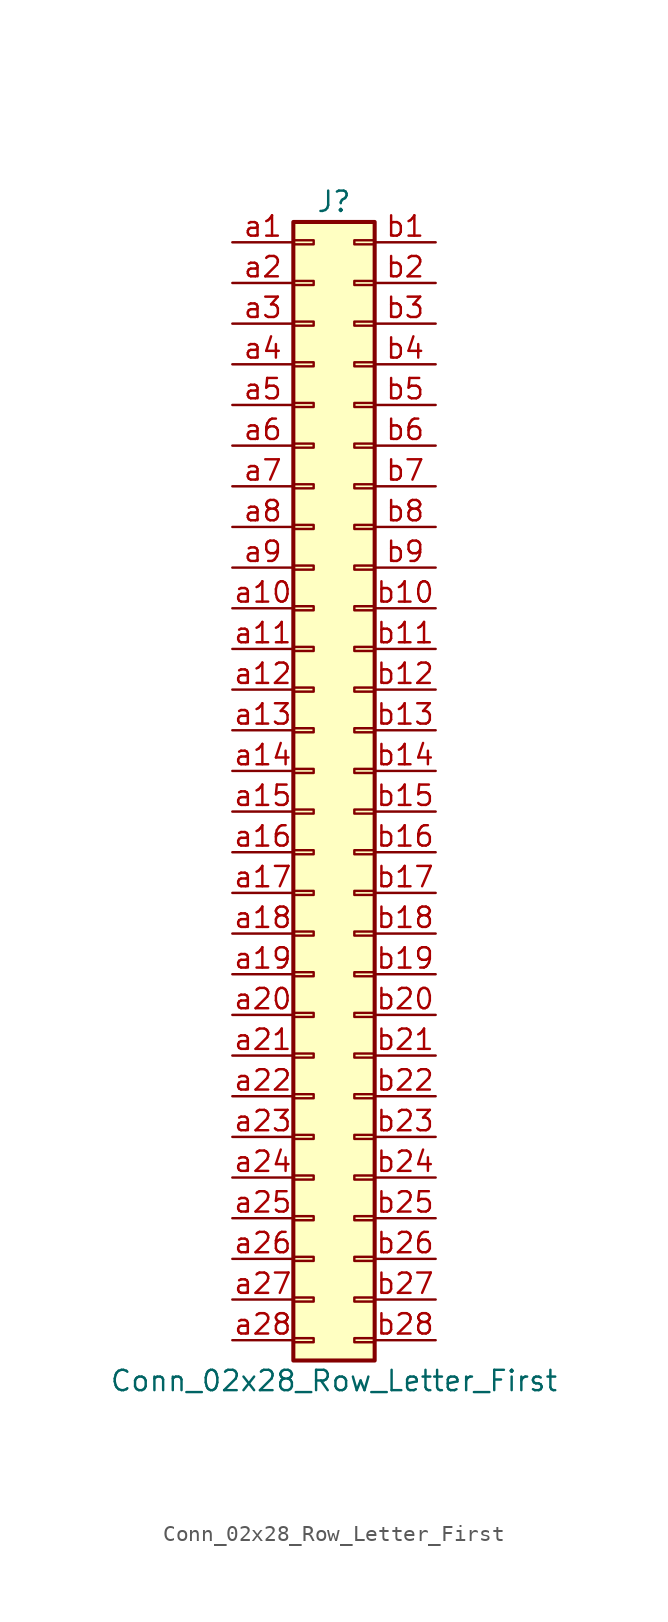
<source format=kicad_sym>
(kicad_symbol_lib
  (version 20220914)
  (generator kicad_symbol_editor)
  (symbol "Conn_02x28_Row_Letter_First"
    (pin_names
      (offset 1.016) hide)
    (property "Reference" "J"
      (at 1.27 35.56 0)
      (effects (font (size 1.27 1.27))))
    (property "Value" "Conn_02x28_Row_Letter_First"
      (at 1.27 -38.1 0)
      (effects (font (size 1.27 1.27))))
    (symbol "Conn_02x28_Row_Letter_First_1_1"
      (rectangle (start -1.27 -35.433) (end 0 -35.687) (stroke (width 0.152) (type default)) (fill (type none)))
      (rectangle (start -1.27 -32.893) (end 0 -33.147) (stroke (width 0.152) (type default)) (fill (type none)))
      (rectangle (start -1.27 -30.353) (end 0 -30.607) (stroke (width 0.152) (type default)) (fill (type none)))
      (rectangle (start -1.27 -27.813) (end 0 -28.067) (stroke (width 0.152) (type default)) (fill (type none)))
      (rectangle (start -1.27 -25.273) (end 0 -25.527) (stroke (width 0.152) (type default)) (fill (type none)))
      (rectangle (start -1.27 -22.733) (end 0 -22.987) (stroke (width 0.152) (type default)) (fill (type none)))
      (rectangle (start -1.27 -20.193) (end 0 -20.447) (stroke (width 0.152) (type default)) (fill (type none)))
      (rectangle (start -1.27 -17.653) (end 0 -17.907) (stroke (width 0.152) (type default)) (fill (type none)))
      (rectangle (start -1.27 -15.113) (end 0 -15.367) (stroke (width 0.152) (type default)) (fill (type none)))
      (rectangle (start -1.27 -12.573) (end 0 -12.827) (stroke (width 0.152) (type default)) (fill (type none)))
      (rectangle (start -1.27 -10.033) (end 0 -10.287) (stroke (width 0.152) (type default)) (fill (type none)))
      (rectangle (start -1.27 -7.493) (end 0 -7.747) (stroke (width 0.152) (type default)) (fill (type none)))
      (rectangle (start -1.27 -4.953) (end 0 -5.207) (stroke (width 0.152) (type default)) (fill (type none)))
      (rectangle (start -1.27 -2.413) (end 0 -2.667) (stroke (width 0.152) (type default)) (fill (type none)))
      (rectangle (start -1.27 0.127) (end 0 -0.127) (stroke (width 0.152) (type default)) (fill (type none)))
      (rectangle (start -1.27 2.667) (end 0 2.413) (stroke (width 0.152) (type default)) (fill (type none)))
      (rectangle (start -1.27 5.207) (end 0 4.953) (stroke (width 0.152) (type default)) (fill (type none)))
      (rectangle (start -1.27 7.747) (end 0 7.493) (stroke (width 0.152) (type default)) (fill (type none)))
      (rectangle (start -1.27 10.287) (end 0 10.033) (stroke (width 0.152) (type default)) (fill (type none)))
      (rectangle (start -1.27 12.827) (end 0 12.573) (stroke (width 0.152) (type default)) (fill (type none)))
      (rectangle (start -1.27 15.367) (end 0 15.113) (stroke (width 0.152) (type default)) (fill (type none)))
      (rectangle (start -1.27 17.907) (end 0 17.653) (stroke (width 0.152) (type default)) (fill (type none)))
      (rectangle (start -1.27 20.447) (end 0 20.193) (stroke (width 0.152) (type default)) (fill (type none)))
      (rectangle (start -1.27 22.987) (end 0 22.733) (stroke (width 0.152) (type default)) (fill (type none)))
      (rectangle (start -1.27 25.527) (end 0 25.273) (stroke (width 0.152) (type default)) (fill (type none)))
      (rectangle (start -1.27 28.067) (end 0 27.813) (stroke (width 0.152) (type default)) (fill (type none)))
      (rectangle (start -1.27 30.607) (end 0 30.353) (stroke (width 0.152) (type default)) (fill (type none)))
      (rectangle (start -1.27 33.147) (end 0 32.893) (stroke (width 0.152) (type default)) (fill (type none)))
      (rectangle (start -1.27 34.29) (end 3.81 -36.83) (stroke (width 0.254) (type default)) (fill (type background)))
      (rectangle (start 3.81 -35.433) (end 2.54 -35.687) (stroke (width 0.152) (type default)) (fill (type none)))
      (rectangle (start 3.81 -32.893) (end 2.54 -33.147) (stroke (width 0.152) (type default)) (fill (type none)))
      (rectangle (start 3.81 -30.353) (end 2.54 -30.607) (stroke (width 0.152) (type default)) (fill (type none)))
      (rectangle (start 3.81 -27.813) (end 2.54 -28.067) (stroke (width 0.152) (type default)) (fill (type none)))
      (rectangle (start 3.81 -25.273) (end 2.54 -25.527) (stroke (width 0.152) (type default)) (fill (type none)))
      (rectangle (start 3.81 -22.733) (end 2.54 -22.987) (stroke (width 0.152) (type default)) (fill (type none)))
      (rectangle (start 3.81 -20.193) (end 2.54 -20.447) (stroke (width 0.152) (type default)) (fill (type none)))
      (rectangle (start 3.81 -17.653) (end 2.54 -17.907) (stroke (width 0.152) (type default)) (fill (type none)))
      (rectangle (start 3.81 -15.113) (end 2.54 -15.367) (stroke (width 0.152) (type default)) (fill (type none)))
      (rectangle (start 3.81 -12.573) (end 2.54 -12.827) (stroke (width 0.152) (type default)) (fill (type none)))
      (rectangle (start 3.81 -10.033) (end 2.54 -10.287) (stroke (width 0.152) (type default)) (fill (type none)))
      (rectangle (start 3.81 -7.493) (end 2.54 -7.747) (stroke (width 0.152) (type default)) (fill (type none)))
      (rectangle (start 3.81 -4.953) (end 2.54 -5.207) (stroke (width 0.152) (type default)) (fill (type none)))
      (rectangle (start 3.81 -2.413) (end 2.54 -2.667) (stroke (width 0.152) (type default)) (fill (type none)))
      (rectangle (start 3.81 0.127) (end 2.54 -0.127) (stroke (width 0.152) (type default)) (fill (type none)))
      (rectangle (start 3.81 2.667) (end 2.54 2.413) (stroke (width 0.152) (type default)) (fill (type none)))
      (rectangle (start 3.81 5.207) (end 2.54 4.953) (stroke (width 0.152) (type default)) (fill (type none)))
      (rectangle (start 3.81 7.747) (end 2.54 7.493) (stroke (width 0.152) (type default)) (fill (type none)))
      (rectangle (start 3.81 10.287) (end 2.54 10.033) (stroke (width 0.152) (type default)) (fill (type none)))
      (rectangle (start 3.81 12.827) (end 2.54 12.573) (stroke (width 0.152) (type default)) (fill (type none)))
      (rectangle (start 3.81 15.367) (end 2.54 15.113) (stroke (width 0.152) (type default)) (fill (type none)))
      (rectangle (start 3.81 17.907) (end 2.54 17.653) (stroke (width 0.152) (type default)) (fill (type none)))
      (rectangle (start 3.81 20.447) (end 2.54 20.193) (stroke (width 0.152) (type default)) (fill (type none)))
      (rectangle (start 3.81 22.987) (end 2.54 22.733) (stroke (width 0.152) (type default)) (fill (type none)))
      (rectangle (start 3.81 25.527) (end 2.54 25.273) (stroke (width 0.152) (type default)) (fill (type none)))
      (rectangle (start 3.81 28.067) (end 2.54 27.813) (stroke (width 0.152) (type default)) (fill (type none)))
      (rectangle (start 3.81 30.607) (end 2.54 30.353) (stroke (width 0.152) (type default)) (fill (type none)))
      (rectangle (start 3.81 33.147) (end 2.54 32.893) (stroke (width 0.152) (type default)) (fill (type none)))
      (pin passive line (at -5.08 33.02 0) (length 3.81) (name "Pin_a1" (effects (font (size 1.27 1.27)))) (number "a1" (effects (font (size 1.27 1.27)))))
      (pin passive line (at -5.08 10.16 0) (length 3.81) (name "Pin_a10" (effects (font (size 1.27 1.27)))) (number "a10" (effects (font (size 1.27 1.27)))))
      (pin passive line (at -5.08 7.62 0) (length 3.81) (name "Pin_a11" (effects (font (size 1.27 1.27)))) (number "a11" (effects (font (size 1.27 1.27)))))
      (pin passive line (at -5.08 5.08 0) (length 3.81) (name "Pin_a12" (effects (font (size 1.27 1.27)))) (number "a12" (effects (font (size 1.27 1.27)))))
      (pin passive line (at -5.08 2.54 0) (length 3.81) (name "Pin_a13" (effects (font (size 1.27 1.27)))) (number "a13" (effects (font (size 1.27 1.27)))))
      (pin passive line (at -5.08 0 0) (length 3.81) (name "Pin_a14" (effects (font (size 1.27 1.27)))) (number "a14" (effects (font (size 1.27 1.27)))))
      (pin passive line (at -5.08 -2.54 0) (length 3.81) (name "Pin_a15" (effects (font (size 1.27 1.27)))) (number "a15" (effects (font (size 1.27 1.27)))))
      (pin passive line (at -5.08 -5.08 0) (length 3.81) (name "Pin_a16" (effects (font (size 1.27 1.27)))) (number "a16" (effects (font (size 1.27 1.27)))))
      (pin passive line (at -5.08 -7.62 0) (length 3.81) (name "Pin_a17" (effects (font (size 1.27 1.27)))) (number "a17" (effects (font (size 1.27 1.27)))))
      (pin passive line (at -5.08 -10.16 0) (length 3.81) (name "Pin_a18" (effects (font (size 1.27 1.27)))) (number "a18" (effects (font (size 1.27 1.27)))))
      (pin passive line (at -5.08 -12.7 0) (length 3.81) (name "Pin_a19" (effects (font (size 1.27 1.27)))) (number "a19" (effects (font (size 1.27 1.27)))))
      (pin passive line (at -5.08 30.48 0) (length 3.81) (name "Pin_a2" (effects (font (size 1.27 1.27)))) (number "a2" (effects (font (size 1.27 1.27)))))
      (pin passive line (at -5.08 -15.24 0) (length 3.81) (name "Pin_a20" (effects (font (size 1.27 1.27)))) (number "a20" (effects (font (size 1.27 1.27)))))
      (pin passive line (at -5.08 -17.78 0) (length 3.81) (name "Pin_a21" (effects (font (size 1.27 1.27)))) (number "a21" (effects (font (size 1.27 1.27)))))
      (pin passive line (at -5.08 -20.32 0) (length 3.81) (name "Pin_a22" (effects (font (size 1.27 1.27)))) (number "a22" (effects (font (size 1.27 1.27)))))
      (pin passive line (at -5.08 -22.86 0) (length 3.81) (name "Pin_a23" (effects (font (size 1.27 1.27)))) (number "a23" (effects (font (size 1.27 1.27)))))
      (pin passive line (at -5.08 -25.4 0) (length 3.81) (name "Pin_a24" (effects (font (size 1.27 1.27)))) (number "a24" (effects (font (size 1.27 1.27)))))
      (pin passive line (at -5.08 -27.94 0) (length 3.81) (name "Pin_a25" (effects (font (size 1.27 1.27)))) (number "a25" (effects (font (size 1.27 1.27)))))
      (pin passive line (at -5.08 -30.48 0) (length 3.81) (name "Pin_a26" (effects (font (size 1.27 1.27)))) (number "a26" (effects (font (size 1.27 1.27)))))
      (pin passive line (at -5.08 -33.02 0) (length 3.81) (name "Pin_a27" (effects (font (size 1.27 1.27)))) (number "a27" (effects (font (size 1.27 1.27)))))
      (pin passive line (at -5.08 -35.56 0) (length 3.81) (name "Pin_a28" (effects (font (size 1.27 1.27)))) (number "a28" (effects (font (size 1.27 1.27)))))
      (pin passive line (at -5.08 27.94 0) (length 3.81) (name "Pin_a3" (effects (font (size 1.27 1.27)))) (number "a3" (effects (font (size 1.27 1.27)))))
      (pin passive line (at -5.08 25.4 0) (length 3.81) (name "Pin_a4" (effects (font (size 1.27 1.27)))) (number "a4" (effects (font (size 1.27 1.27)))))
      (pin passive line (at -5.08 22.86 0) (length 3.81) (name "Pin_a5" (effects (font (size 1.27 1.27)))) (number "a5" (effects (font (size 1.27 1.27)))))
      (pin passive line (at -5.08 20.32 0) (length 3.81) (name "Pin_a6" (effects (font (size 1.27 1.27)))) (number "a6" (effects (font (size 1.27 1.27)))))
      (pin passive line (at -5.08 17.78 0) (length 3.81) (name "Pin_a7" (effects (font (size 1.27 1.27)))) (number "a7" (effects (font (size 1.27 1.27)))))
      (pin passive line (at -5.08 15.24 0) (length 3.81) (name "Pin_a8" (effects (font (size 1.27 1.27)))) (number "a8" (effects (font (size 1.27 1.27)))))
      (pin passive line (at -5.08 12.7 0) (length 3.81) (name "Pin_a9" (effects (font (size 1.27 1.27)))) (number "a9" (effects (font (size 1.27 1.27)))))
      (pin passive line (at 7.62 33.02 180) (length 3.81) (name "Pin_b1" (effects (font (size 1.27 1.27)))) (number "b1" (effects (font (size 1.27 1.27)))))
      (pin passive line (at 7.62 10.16 180) (length 3.81) (name "Pin_b10" (effects (font (size 1.27 1.27)))) (number "b10" (effects (font (size 1.27 1.27)))))
      (pin passive line (at 7.62 7.62 180) (length 3.81) (name "Pin_b11" (effects (font (size 1.27 1.27)))) (number "b11" (effects (font (size 1.27 1.27)))))
      (pin passive line (at 7.62 5.08 180) (length 3.81) (name "Pin_b12" (effects (font (size 1.27 1.27)))) (number "b12" (effects (font (size 1.27 1.27)))))
      (pin passive line (at 7.62 2.54 180) (length 3.81) (name "Pin_b13" (effects (font (size 1.27 1.27)))) (number "b13" (effects (font (size 1.27 1.27)))))
      (pin passive line (at 7.62 0 180) (length 3.81) (name "Pin_b14" (effects (font (size 1.27 1.27)))) (number "b14" (effects (font (size 1.27 1.27)))))
      (pin passive line (at 7.62 -2.54 180) (length 3.81) (name "Pin_b15" (effects (font (size 1.27 1.27)))) (number "b15" (effects (font (size 1.27 1.27)))))
      (pin passive line (at 7.62 -5.08 180) (length 3.81) (name "Pin_b16" (effects (font (size 1.27 1.27)))) (number "b16" (effects (font (size 1.27 1.27)))))
      (pin passive line (at 7.62 -7.62 180) (length 3.81) (name "Pin_b17" (effects (font (size 1.27 1.27)))) (number "b17" (effects (font (size 1.27 1.27)))))
      (pin passive line (at 7.62 -10.16 180) (length 3.81) (name "Pin_b18" (effects (font (size 1.27 1.27)))) (number "b18" (effects (font (size 1.27 1.27)))))
      (pin passive line (at 7.62 -12.7 180) (length 3.81) (name "Pin_b19" (effects (font (size 1.27 1.27)))) (number "b19" (effects (font (size 1.27 1.27)))))
      (pin passive line (at 7.62 30.48 180) (length 3.81) (name "Pin_b2" (effects (font (size 1.27 1.27)))) (number "b2" (effects (font (size 1.27 1.27)))))
      (pin passive line (at 7.62 -15.24 180) (length 3.81) (name "Pin_b20" (effects (font (size 1.27 1.27)))) (number "b20" (effects (font (size 1.27 1.27)))))
      (pin passive line (at 7.62 -17.78 180) (length 3.81) (name "Pin_b21" (effects (font (size 1.27 1.27)))) (number "b21" (effects (font (size 1.27 1.27)))))
      (pin passive line (at 7.62 -20.32 180) (length 3.81) (name "Pin_b22" (effects (font (size 1.27 1.27)))) (number "b22" (effects (font (size 1.27 1.27)))))
      (pin passive line (at 7.62 -22.86 180) (length 3.81) (name "Pin_b23" (effects (font (size 1.27 1.27)))) (number "b23" (effects (font (size 1.27 1.27)))))
      (pin passive line (at 7.62 -25.4 180) (length 3.81) (name "Pin_b24" (effects (font (size 1.27 1.27)))) (number "b24" (effects (font (size 1.27 1.27)))))
      (pin passive line (at 7.62 -27.94 180) (length 3.81) (name "Pin_b25" (effects (font (size 1.27 1.27)))) (number "b25" (effects (font (size 1.27 1.27)))))
      (pin passive line (at 7.62 -30.48 180) (length 3.81) (name "Pin_b26" (effects (font (size 1.27 1.27)))) (number "b26" (effects (font (size 1.27 1.27)))))
      (pin passive line (at 7.62 -33.02 180) (length 3.81) (name "Pin_b27" (effects (font (size 1.27 1.27)))) (number "b27" (effects (font (size 1.27 1.27)))))
      (pin passive line (at 7.62 -35.56 180) (length 3.81) (name "Pin_b28" (effects (font (size 1.27 1.27)))) (number "b28" (effects (font (size 1.27 1.27)))))
      (pin passive line (at 7.62 27.94 180) (length 3.81) (name "Pin_b3" (effects (font (size 1.27 1.27)))) (number "b3" (effects (font (size 1.27 1.27)))))
      (pin passive line (at 7.62 25.4 180) (length 3.81) (name "Pin_b4" (effects (font (size 1.27 1.27)))) (number "b4" (effects (font (size 1.27 1.27)))))
      (pin passive line (at 7.62 22.86 180) (length 3.81) (name "Pin_b5" (effects (font (size 1.27 1.27)))) (number "b5" (effects (font (size 1.27 1.27)))))
      (pin passive line (at 7.62 20.32 180) (length 3.81) (name "Pin_b6" (effects (font (size 1.27 1.27)))) (number "b6" (effects (font (size 1.27 1.27)))))
      (pin passive line (at 7.62 17.78 180) (length 3.81) (name "Pin_b7" (effects (font (size 1.27 1.27)))) (number "b7" (effects (font (size 1.27 1.27)))))
      (pin passive line (at 7.62 15.24 180) (length 3.81) (name "Pin_b8" (effects (font (size 1.27 1.27)))) (number "b8" (effects (font (size 1.27 1.27)))))
      (pin passive line (at 7.62 12.7 180) (length 3.81) (name "Pin_b9" (effects (font (size 1.27 1.27)))) (number "b9" (effects (font (size 1.27 1.27))))))))
</source>
